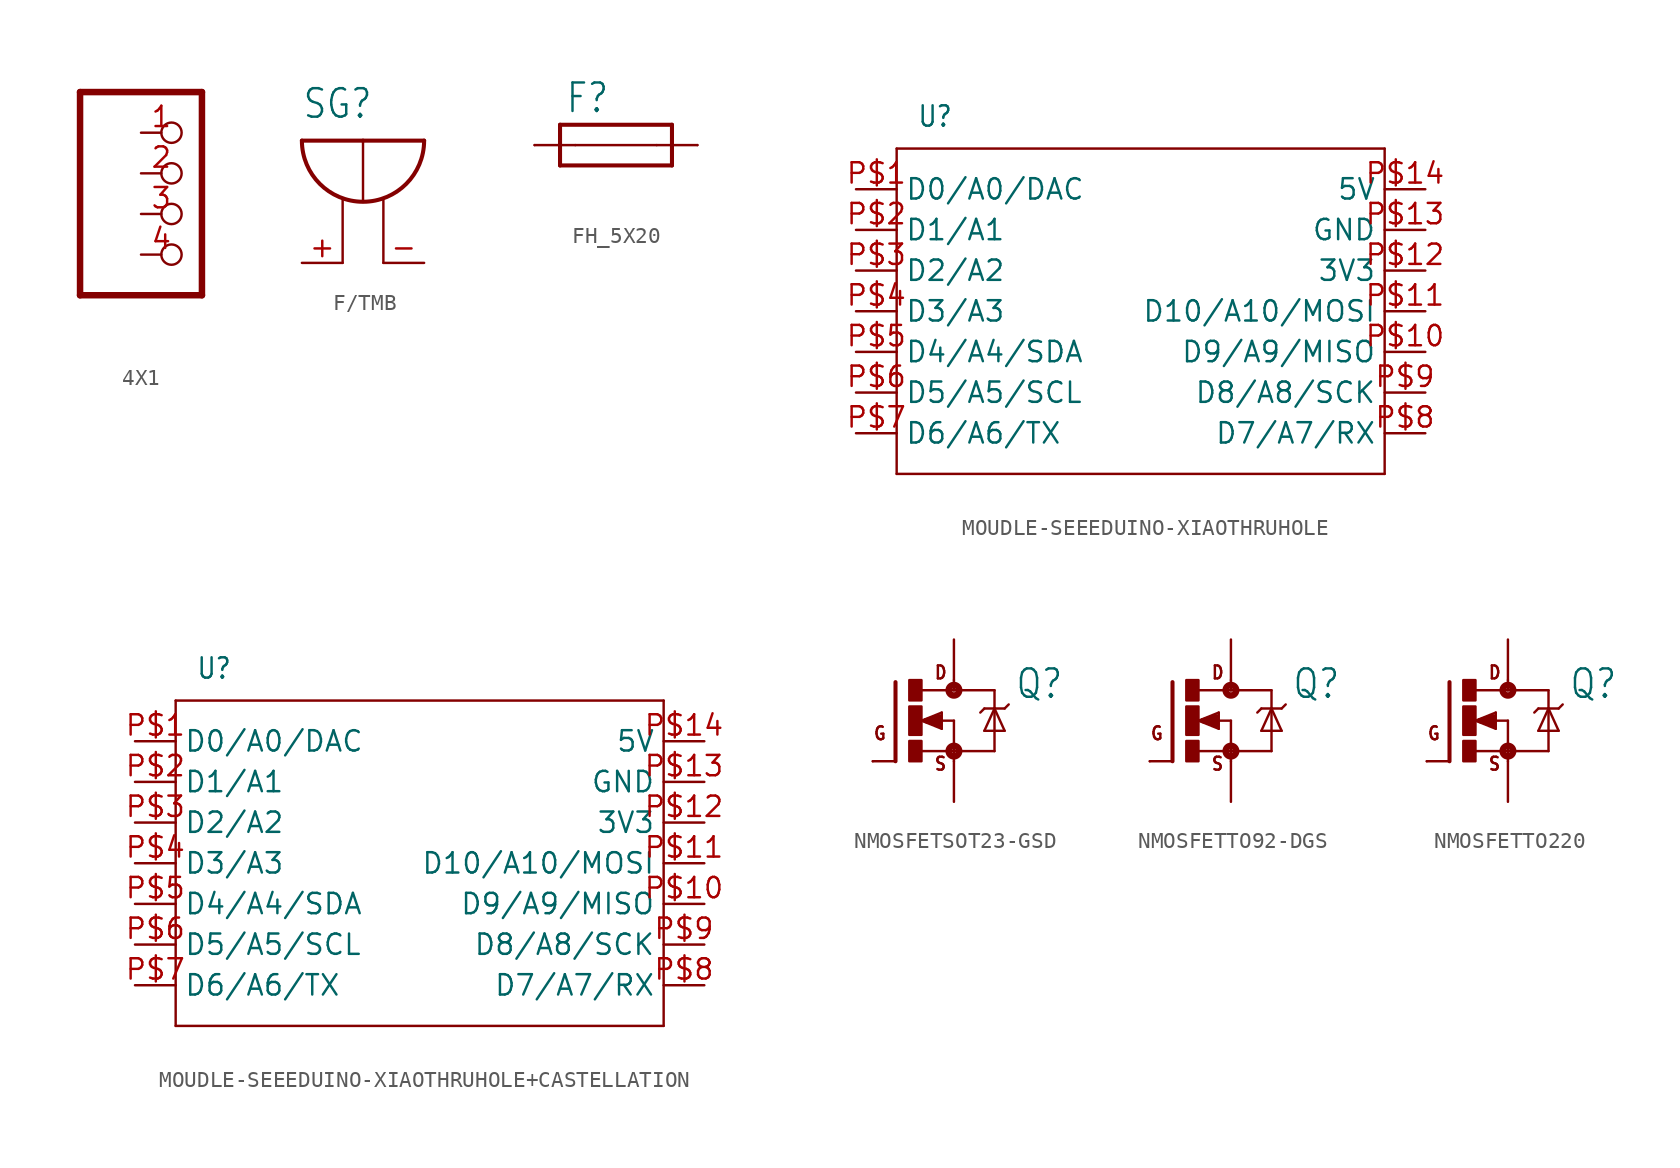
<source format=kicad_sym>
(kicad_symbol_lib
  (version 20220914)
  (generator kicad_symbol_editor)
  (symbol "4X1"
    (property "Reference" ""
      (at -3.81 5.715 0)
      (effects (font (size 1.778 1.511)) (justify left bottom) hide))
    (property "Value" ""
      (at -3.81 -10.16 0)
      (effects (font (size 1.778 1.511)) (justify left bottom)))
    (property "ki_locked" ""
      (at 0 0 0)
      (effects (font (size 1.27 1.27))))
    (symbol "4X1_1_0"
      (polyline (pts (xy -3.81 -7.62) (xy 3.81 -7.62)) (stroke (width 0.406) (type solid)) (fill (type none)))
      (polyline (pts (xy -3.81 5.08) (xy -3.81 -7.62)) (stroke (width 0.406) (type solid)) (fill (type none)))
      (polyline (pts (xy 3.81 -7.62) (xy 3.81 5.08)) (stroke (width 0.406) (type solid)) (fill (type none)))
      (polyline (pts (xy 3.81 5.08) (xy -3.81 5.08)) (stroke (width 0.406) (type solid)) (fill (type none)))
      (pin passive inverted (at 0 2.54 0) (length 2.54) (name "1" (effects (font (size 0 0)))) (number "1" (effects (font (size 1.27 1.27)))))
      (pin passive inverted (at 0 0 0) (length 2.54) (name "2" (effects (font (size 0 0)))) (number "2" (effects (font (size 1.27 1.27)))))
      (pin passive inverted (at 0 -2.54 0) (length 2.54) (name "3" (effects (font (size 0 0)))) (number "3" (effects (font (size 1.27 1.27)))))
      (pin passive inverted (at 0 -5.08 0) (length 2.54) (name "4" (effects (font (size 0 0)))) (number "4" (effects (font (size 1.27 1.27)))))))
  (symbol "F/TMB"
    (property "Reference" "SG"
      (at -2.54 6.35 0)
      (effects (font (size 1.778 1.511)) (justify left bottom)))
    (property "Value" ""
      (at 5.08 0 0)
      (effects (font (size 1.778 1.511)) (justify left bottom)))
    (property "ki_locked" ""
      (at 0 0 0)
      (effects (font (size 1.27 1.27))))
    (symbol "F/TMB_1_0"
      (arc (start -2.54 5.08) (mid 1.27 1.27) (end 5.08 5.08) (stroke (width 0.254) (type solid)) (fill (type none)))
      (polyline (pts (xy -2.54 5.08) (xy 1.27 5.08)) (stroke (width 0.254) (type solid)) (fill (type none)))
      (polyline (pts (xy 0 -2.54) (xy 0 1.397)) (stroke (width 0.152) (type solid)) (fill (type none)))
      (polyline (pts (xy 1.27 1.27) (xy 1.27 5.08)) (stroke (width 0.152) (type solid)) (fill (type none)))
      (polyline (pts (xy 1.27 5.08) (xy 5.08 5.08)) (stroke (width 0.254) (type solid)) (fill (type none)))
      (polyline (pts (xy 2.54 -2.54) (xy 2.54 1.397)) (stroke (width 0.152) (type solid)) (fill (type none)))
      (pin passive line (at -2.54 -2.54 0) (length 2.54) (name "+" (effects (font (size 0 0)))) (number "+" (effects (font (size 1.27 1.27)))))
      (pin passive line (at 5.08 -2.54 180) (length 2.54) (name "-" (effects (font (size 0 0)))) (number "-" (effects (font (size 1.27 1.27)))))))
  (symbol "FH_5X20"
    (property "Reference" "F"
      (at -3.175 1.905 0)
      (effects (font (size 1.778 1.511)) (justify left bottom)))
    (property "Value" ""
      (at -3.175 -3.81 0)
      (effects (font (size 1.778 1.511)) (justify left bottom)))
    (property "ki_locked" ""
      (at 0 0 0)
      (effects (font (size 1.27 1.27))))
    (symbol "FH_5X20_1_0"
      (polyline (pts (xy -3.493 1.27) (xy -3.493 -1.27)) (stroke (width 0.254) (type solid)) (fill (type none)))
      (polyline (pts (xy -2.54 0) (xy 2.54 0)) (stroke (width 0.152) (type solid)) (fill (type none)))
      (polyline (pts (xy 3.493 -1.27) (xy -3.493 -1.27)) (stroke (width 0.254) (type solid)) (fill (type none)))
      (polyline (pts (xy 3.493 1.27) (xy -3.493 1.27)) (stroke (width 0.254) (type solid)) (fill (type none)))
      (polyline (pts (xy 3.493 1.27) (xy 3.493 -1.27)) (stroke (width 0.254) (type solid)) (fill (type none)))
      (pin passive line (at -5.08 0 0) (length 2.54) (name "1A" (effects (font (size 0 0)))) (number "1A" (effects (font (size 0 0)))))
      (pin passive line (at -5.08 0 0) (length 0) (name "1B" (effects (font (size 0 0)))) (number "1B" (effects (font (size 0 0)))))
      (pin passive line (at 5.08 0 180) (length 2.54) (name "2A" (effects (font (size 0 0)))) (number "2A" (effects (font (size 0 0)))))
      (pin passive line (at 5.08 0 180) (length 0) (name "2B" (effects (font (size 0 0)))) (number "2B" (effects (font (size 0 0)))))))
  (symbol "MOUDLE-SEEEDUINO-XIAOTHRUHOLE"
    (property "Reference" "U"
      (at -13.97 11.43 0)
      (effects (font (size 1.27 1.079)) (justify left bottom)))
    (property "Value" ""
      (at -13.97 10.16 0)
      (effects (font (size 1.27 1.079)) (justify left bottom)))
    (property "ki_locked" ""
      (at 0 0 0)
      (effects (font (size 1.27 1.27))))
    (symbol "MOUDLE-SEEEDUINO-XIAOTHRUHOLE_1_0"
      (polyline (pts (xy -15.24 -10.16) (xy -15.24 10.16)) (stroke (width 0.152) (type solid)) (fill (type none)))
      (polyline (pts (xy -15.24 10.16) (xy 15.24 10.16)) (stroke (width 0.152) (type solid)) (fill (type none)))
      (polyline (pts (xy 15.24 -10.16) (xy -15.24 -10.16)) (stroke (width 0.152) (type solid)) (fill (type none)))
      (polyline (pts (xy 15.24 10.16) (xy 15.24 -10.16)) (stroke (width 0.152) (type solid)) (fill (type none)))
      (pin bidirectional line (at -17.78 7.62 0) (length 2.54) (name "D0/A0/DAC" (effects (font (size 1.27 1.27)))) (number "P$1" (effects (font (size 1.27 1.27)))))
      (pin bidirectional line (at 17.78 -2.54 180) (length 2.54) (name "D9/A9/MISO" (effects (font (size 1.27 1.27)))) (number "P$10" (effects (font (size 1.27 1.27)))))
      (pin bidirectional line (at 17.78 0 180) (length 2.54) (name "D10/A10/MOSI" (effects (font (size 1.27 1.27)))) (number "P$11" (effects (font (size 1.27 1.27)))))
      (pin bidirectional line (at 17.78 2.54 180) (length 2.54) (name "3V3" (effects (font (size 1.27 1.27)))) (number "P$12" (effects (font (size 1.27 1.27)))))
      (pin bidirectional line (at 17.78 5.08 180) (length 2.54) (name "GND" (effects (font (size 1.27 1.27)))) (number "P$13" (effects (font (size 1.27 1.27)))))
      (pin bidirectional line (at 17.78 7.62 180) (length 2.54) (name "5V" (effects (font (size 1.27 1.27)))) (number "P$14" (effects (font (size 1.27 1.27)))))
      (pin bidirectional line (at -17.78 5.08 0) (length 2.54) (name "D1/A1" (effects (font (size 1.27 1.27)))) (number "P$2" (effects (font (size 1.27 1.27)))))
      (pin bidirectional line (at -17.78 2.54 0) (length 2.54) (name "D2/A2" (effects (font (size 1.27 1.27)))) (number "P$3" (effects (font (size 1.27 1.27)))))
      (pin bidirectional line (at -17.78 0 0) (length 2.54) (name "D3/A3" (effects (font (size 1.27 1.27)))) (number "P$4" (effects (font (size 1.27 1.27)))))
      (pin bidirectional line (at -17.78 -2.54 0) (length 2.54) (name "D4/A4/SDA" (effects (font (size 1.27 1.27)))) (number "P$5" (effects (font (size 1.27 1.27)))))
      (pin bidirectional line (at -17.78 -5.08 0) (length 2.54) (name "D5/A5/SCL" (effects (font (size 1.27 1.27)))) (number "P$6" (effects (font (size 1.27 1.27)))))
      (pin bidirectional line (at -17.78 -7.62 0) (length 2.54) (name "D6/A6/TX" (effects (font (size 1.27 1.27)))) (number "P$7" (effects (font (size 1.27 1.27)))))
      (pin bidirectional line (at 17.78 -7.62 180) (length 2.54) (name "D7/A7/RX" (effects (font (size 1.27 1.27)))) (number "P$8" (effects (font (size 1.27 1.27)))))
      (pin bidirectional line (at 17.78 -5.08 180) (length 2.54) (name "D8/A8/SCK" (effects (font (size 1.27 1.27)))) (number "P$9" (effects (font (size 1.27 1.27)))))))
  (symbol "MOUDLE-SEEEDUINO-XIAOTHRUHOLE+CASTELLATION"
    (property "Reference" "U"
      (at -13.97 11.43 0)
      (effects (font (size 1.27 1.079)) (justify left bottom)))
    (property "Value" ""
      (at -13.97 10.16 0)
      (effects (font (size 1.27 1.079)) (justify left bottom)))
    (property "ki_locked" ""
      (at 0 0 0)
      (effects (font (size 1.27 1.27))))
    (symbol "MOUDLE-SEEEDUINO-XIAOTHRUHOLE+CASTELLATION_1_0"
      (polyline (pts (xy -15.24 -10.16) (xy -15.24 10.16)) (stroke (width 0.152) (type solid)) (fill (type none)))
      (polyline (pts (xy -15.24 10.16) (xy 15.24 10.16)) (stroke (width 0.152) (type solid)) (fill (type none)))
      (polyline (pts (xy 15.24 -10.16) (xy -15.24 -10.16)) (stroke (width 0.152) (type solid)) (fill (type none)))
      (polyline (pts (xy 15.24 10.16) (xy 15.24 -10.16)) (stroke (width 0.152) (type solid)) (fill (type none)))
      (pin bidirectional line (at -17.78 7.62 0) (length 2.54) (name "D0/A0/DAC" (effects (font (size 1.27 1.27)))) (number "P$1" (effects (font (size 1.27 1.27)))))
      (pin bidirectional line (at 17.78 -2.54 180) (length 2.54) (name "D9/A9/MISO" (effects (font (size 1.27 1.27)))) (number "P$10" (effects (font (size 1.27 1.27)))))
      (pin bidirectional line (at 17.78 0 180) (length 2.54) (name "D10/A10/MOSI" (effects (font (size 1.27 1.27)))) (number "P$11" (effects (font (size 1.27 1.27)))))
      (pin bidirectional line (at 17.78 2.54 180) (length 2.54) (name "3V3" (effects (font (size 1.27 1.27)))) (number "P$12" (effects (font (size 1.27 1.27)))))
      (pin bidirectional line (at 17.78 5.08 180) (length 2.54) (name "GND" (effects (font (size 1.27 1.27)))) (number "P$13" (effects (font (size 1.27 1.27)))))
      (pin bidirectional line (at 17.78 7.62 180) (length 2.54) (name "5V" (effects (font (size 1.27 1.27)))) (number "P$14" (effects (font (size 1.27 1.27)))))
      (pin bidirectional line (at -17.78 5.08 0) (length 2.54) (name "D1/A1" (effects (font (size 1.27 1.27)))) (number "P$2" (effects (font (size 1.27 1.27)))))
      (pin bidirectional line (at -17.78 2.54 0) (length 2.54) (name "D2/A2" (effects (font (size 1.27 1.27)))) (number "P$3" (effects (font (size 1.27 1.27)))))
      (pin bidirectional line (at -17.78 0 0) (length 2.54) (name "D3/A3" (effects (font (size 1.27 1.27)))) (number "P$4" (effects (font (size 1.27 1.27)))))
      (pin bidirectional line (at -17.78 -2.54 0) (length 2.54) (name "D4/A4/SDA" (effects (font (size 1.27 1.27)))) (number "P$5" (effects (font (size 1.27 1.27)))))
      (pin bidirectional line (at -17.78 -5.08 0) (length 2.54) (name "D5/A5/SCL" (effects (font (size 1.27 1.27)))) (number "P$6" (effects (font (size 1.27 1.27)))))
      (pin bidirectional line (at -17.78 -7.62 0) (length 2.54) (name "D6/A6/TX" (effects (font (size 1.27 1.27)))) (number "P$7" (effects (font (size 1.27 1.27)))))
      (pin bidirectional line (at 17.78 -7.62 180) (length 2.54) (name "D7/A7/RX" (effects (font (size 1.27 1.27)))) (number "P$8" (effects (font (size 1.27 1.27)))))
      (pin bidirectional line (at 17.78 -5.08 180) (length 2.54) (name "D8/A8/SCK" (effects (font (size 1.27 1.27)))) (number "P$9" (effects (font (size 1.27 1.27)))))))
  (symbol "NMOSFETSOT23-GSD"
    (property "Reference" "Q"
      (at 6.35 1.27 0)
      (effects (font (size 1.778 1.511)) (justify left bottom)))
    (property "Value" ""
      (at 6.35 -1.27 0)
      (effects (font (size 1.778 1.511)) (justify left bottom)))
    (property "ki_locked" ""
      (at 0 0 0)
      (effects (font (size 1.27 1.27))))
    (symbol "NMOSFETSOT23-GSD_1_0"
      (rectangle (start -0.254 -2.54) (end 0.508 -1.27) (stroke (width 0) (type default)) (fill (type outline)))
      (rectangle (start -0.254 -0.889) (end 0.508 0.889) (stroke (width 0) (type default)) (fill (type outline)))
      (rectangle (start -0.254 1.27) (end 0.508 2.54) (stroke (width 0) (type default)) (fill (type outline)))
      (polyline (pts (xy -1.118 -2.54) (xy -2.54 -2.54)) (stroke (width 0.152) (type solid)) (fill (type none)))
      (polyline (pts (xy -1.118 2.413) (xy -1.118 -2.54)) (stroke (width 0.254) (type solid)) (fill (type none)))
      (polyline (pts (xy 0.508 -1.905) (xy 2.54 -1.905)) (stroke (width 0.152) (type solid)) (fill (type none)))
      (polyline (pts (xy 0.508 0) (xy 1.778 -0.508)) (stroke (width 0.152) (type solid)) (fill (type none)))
      (polyline (pts (xy 0.762 0) (xy 1.651 -0.254)) (stroke (width 0.305) (type solid)) (fill (type none)))
      (polyline (pts (xy 1.651 -0.254) (xy 1.651 0)) (stroke (width 0.305) (type solid)) (fill (type none)))
      (polyline (pts (xy 1.651 0) (xy 1.397 0)) (stroke (width 0.305) (type solid)) (fill (type none)))
      (polyline (pts (xy 1.651 0) (xy 2.54 0)) (stroke (width 0.152) (type solid)) (fill (type none)))
      (polyline (pts (xy 1.651 0.254) (xy 0.762 0)) (stroke (width 0.305) (type solid)) (fill (type none)))
      (polyline (pts (xy 1.778 -0.508) (xy 1.778 0.508)) (stroke (width 0.152) (type solid)) (fill (type none)))
      (polyline (pts (xy 1.778 0.508) (xy 0.508 0)) (stroke (width 0.152) (type solid)) (fill (type none)))
      (polyline (pts (xy 2.54 -1.905) (xy 2.54 -2.54)) (stroke (width 0.152) (type solid)) (fill (type none)))
      (polyline (pts (xy 2.54 0) (xy 2.54 -1.905)) (stroke (width 0.152) (type solid)) (fill (type none)))
      (polyline (pts (xy 2.54 1.905) (xy 0.533 1.905)) (stroke (width 0.152) (type solid)) (fill (type none)))
      (polyline (pts (xy 2.54 1.905) (xy 5.08 1.905)) (stroke (width 0.152) (type solid)) (fill (type none)))
      (polyline (pts (xy 2.54 2.54) (xy 2.54 1.905)) (stroke (width 0.152) (type solid)) (fill (type none)))
      (polyline (pts (xy 4.445 -0.635) (xy 5.715 -0.635)) (stroke (width 0.152) (type solid)) (fill (type none)))
      (polyline (pts (xy 4.445 0.762) (xy 4.191 0.508)) (stroke (width 0.152) (type solid)) (fill (type none)))
      (polyline (pts (xy 4.445 0.762) (xy 5.08 0.762)) (stroke (width 0.152) (type solid)) (fill (type none)))
      (polyline (pts (xy 5.08 -1.905) (xy 2.54 -1.905)) (stroke (width 0.152) (type solid)) (fill (type none)))
      (polyline (pts (xy 5.08 0.762) (xy 4.445 -0.635)) (stroke (width 0.152) (type solid)) (fill (type none)))
      (polyline (pts (xy 5.08 0.762) (xy 5.08 -1.905)) (stroke (width 0.152) (type solid)) (fill (type none)))
      (polyline (pts (xy 5.08 0.762) (xy 5.715 0.762)) (stroke (width 0.152) (type solid)) (fill (type none)))
      (polyline (pts (xy 5.08 1.905) (xy 5.08 0.762)) (stroke (width 0.152) (type solid)) (fill (type none)))
      (polyline (pts (xy 5.715 -0.635) (xy 5.08 0.762)) (stroke (width 0.152) (type solid)) (fill (type none)))
      (polyline (pts (xy 5.715 0.762) (xy 5.969 1.016)) (stroke (width 0.152) (type solid)) (fill (type none)))
      (circle (center 2.54 -1.905) (radius 0.127) (stroke (width 0.406) (type solid)) (fill (type none)))
      (circle (center 2.54 1.905) (radius 0.127) (stroke (width 0.406) (type solid)) (fill (type none)))
      (text "D" (at 1.27 2.54 0) (effects (font (size 0.813 0.691)) (justify left bottom)))
      (text "G" (at -2.54 -1.27 0) (effects (font (size 0.813 0.691)) (justify left bottom)))
      (text "S" (at 1.27 -3.175 0) (effects (font (size 0.813 0.691)) (justify left bottom)))
      (pin passive line (at -2.54 -2.54 0) (length 0) (name "G" (effects (font (size 0 0)))) (number "1" (effects (font (size 0 0)))))
      (pin passive line (at 2.54 -5.08 90) (length 2.54) (name "S" (effects (font (size 0 0)))) (number "2" (effects (font (size 0 0)))))
      (pin passive line (at 2.54 5.08 270) (length 2.54) (name "D" (effects (font (size 0 0)))) (number "3" (effects (font (size 0 0)))))))
  (symbol "NMOSFETTO92-DGS"
    (property "Reference" "Q"
      (at 6.35 1.27 0)
      (effects (font (size 1.778 1.511)) (justify left bottom)))
    (property "Value" ""
      (at 6.35 -1.27 0)
      (effects (font (size 1.778 1.511)) (justify left bottom)))
    (property "ki_locked" ""
      (at 0 0 0)
      (effects (font (size 1.27 1.27))))
    (symbol "NMOSFETTO92-DGS_1_0"
      (rectangle (start -0.254 -2.54) (end 0.508 -1.27) (stroke (width 0) (type default)) (fill (type outline)))
      (rectangle (start -0.254 -0.889) (end 0.508 0.889) (stroke (width 0) (type default)) (fill (type outline)))
      (rectangle (start -0.254 1.27) (end 0.508 2.54) (stroke (width 0) (type default)) (fill (type outline)))
      (polyline (pts (xy -1.118 -2.54) (xy -2.54 -2.54)) (stroke (width 0.152) (type solid)) (fill (type none)))
      (polyline (pts (xy -1.118 2.413) (xy -1.118 -2.54)) (stroke (width 0.254) (type solid)) (fill (type none)))
      (polyline (pts (xy 0.508 -1.905) (xy 2.54 -1.905)) (stroke (width 0.152) (type solid)) (fill (type none)))
      (polyline (pts (xy 0.508 0) (xy 1.778 -0.508)) (stroke (width 0.152) (type solid)) (fill (type none)))
      (polyline (pts (xy 0.762 0) (xy 1.651 -0.254)) (stroke (width 0.305) (type solid)) (fill (type none)))
      (polyline (pts (xy 1.651 -0.254) (xy 1.651 0)) (stroke (width 0.305) (type solid)) (fill (type none)))
      (polyline (pts (xy 1.651 0) (xy 1.397 0)) (stroke (width 0.305) (type solid)) (fill (type none)))
      (polyline (pts (xy 1.651 0) (xy 2.54 0)) (stroke (width 0.152) (type solid)) (fill (type none)))
      (polyline (pts (xy 1.651 0.254) (xy 0.762 0)) (stroke (width 0.305) (type solid)) (fill (type none)))
      (polyline (pts (xy 1.778 -0.508) (xy 1.778 0.508)) (stroke (width 0.152) (type solid)) (fill (type none)))
      (polyline (pts (xy 1.778 0.508) (xy 0.508 0)) (stroke (width 0.152) (type solid)) (fill (type none)))
      (polyline (pts (xy 2.54 -1.905) (xy 2.54 -2.54)) (stroke (width 0.152) (type solid)) (fill (type none)))
      (polyline (pts (xy 2.54 0) (xy 2.54 -1.905)) (stroke (width 0.152) (type solid)) (fill (type none)))
      (polyline (pts (xy 2.54 1.905) (xy 0.533 1.905)) (stroke (width 0.152) (type solid)) (fill (type none)))
      (polyline (pts (xy 2.54 1.905) (xy 5.08 1.905)) (stroke (width 0.152) (type solid)) (fill (type none)))
      (polyline (pts (xy 2.54 2.54) (xy 2.54 1.905)) (stroke (width 0.152) (type solid)) (fill (type none)))
      (polyline (pts (xy 4.445 -0.635) (xy 5.715 -0.635)) (stroke (width 0.152) (type solid)) (fill (type none)))
      (polyline (pts (xy 4.445 0.762) (xy 4.191 0.508)) (stroke (width 0.152) (type solid)) (fill (type none)))
      (polyline (pts (xy 4.445 0.762) (xy 5.08 0.762)) (stroke (width 0.152) (type solid)) (fill (type none)))
      (polyline (pts (xy 5.08 -1.905) (xy 2.54 -1.905)) (stroke (width 0.152) (type solid)) (fill (type none)))
      (polyline (pts (xy 5.08 0.762) (xy 4.445 -0.635)) (stroke (width 0.152) (type solid)) (fill (type none)))
      (polyline (pts (xy 5.08 0.762) (xy 5.08 -1.905)) (stroke (width 0.152) (type solid)) (fill (type none)))
      (polyline (pts (xy 5.08 0.762) (xy 5.715 0.762)) (stroke (width 0.152) (type solid)) (fill (type none)))
      (polyline (pts (xy 5.08 1.905) (xy 5.08 0.762)) (stroke (width 0.152) (type solid)) (fill (type none)))
      (polyline (pts (xy 5.715 -0.635) (xy 5.08 0.762)) (stroke (width 0.152) (type solid)) (fill (type none)))
      (polyline (pts (xy 5.715 0.762) (xy 5.969 1.016)) (stroke (width 0.152) (type solid)) (fill (type none)))
      (circle (center 2.54 -1.905) (radius 0.127) (stroke (width 0.406) (type solid)) (fill (type none)))
      (circle (center 2.54 1.905) (radius 0.127) (stroke (width 0.406) (type solid)) (fill (type none)))
      (text "D" (at 1.27 2.54 0) (effects (font (size 0.813 0.691)) (justify left bottom)))
      (text "G" (at -2.54 -1.27 0) (effects (font (size 0.813 0.691)) (justify left bottom)))
      (text "S" (at 1.27 -3.175 0) (effects (font (size 0.813 0.691)) (justify left bottom)))
      (pin passive line (at 2.54 5.08 270) (length 2.54) (name "D" (effects (font (size 0 0)))) (number "1" (effects (font (size 0 0)))))
      (pin passive line (at -2.54 -2.54 0) (length 0) (name "G" (effects (font (size 0 0)))) (number "2" (effects (font (size 0 0)))))
      (pin passive line (at 2.54 -5.08 90) (length 2.54) (name "S" (effects (font (size 0 0)))) (number "3" (effects (font (size 0 0)))))))
  (symbol "NMOSFETTO220"
    (property "Reference" "Q"
      (at 6.35 1.27 0)
      (effects (font (size 1.778 1.511)) (justify left bottom)))
    (property "Value" ""
      (at 6.35 -1.27 0)
      (effects (font (size 1.778 1.511)) (justify left bottom)))
    (property "ki_locked" ""
      (at 0 0 0)
      (effects (font (size 1.27 1.27))))
    (symbol "NMOSFETTO220_1_0"
      (rectangle (start -0.254 -2.54) (end 0.508 -1.27) (stroke (width 0) (type default)) (fill (type outline)))
      (rectangle (start -0.254 -0.889) (end 0.508 0.889) (stroke (width 0) (type default)) (fill (type outline)))
      (rectangle (start -0.254 1.27) (end 0.508 2.54) (stroke (width 0) (type default)) (fill (type outline)))
      (polyline (pts (xy -1.118 -2.54) (xy -2.54 -2.54)) (stroke (width 0.152) (type solid)) (fill (type none)))
      (polyline (pts (xy -1.118 2.413) (xy -1.118 -2.54)) (stroke (width 0.254) (type solid)) (fill (type none)))
      (polyline (pts (xy 0.508 -1.905) (xy 2.54 -1.905)) (stroke (width 0.152) (type solid)) (fill (type none)))
      (polyline (pts (xy 0.508 0) (xy 1.778 -0.508)) (stroke (width 0.152) (type solid)) (fill (type none)))
      (polyline (pts (xy 0.762 0) (xy 1.651 -0.254)) (stroke (width 0.305) (type solid)) (fill (type none)))
      (polyline (pts (xy 1.651 -0.254) (xy 1.651 0)) (stroke (width 0.305) (type solid)) (fill (type none)))
      (polyline (pts (xy 1.651 0) (xy 1.397 0)) (stroke (width 0.305) (type solid)) (fill (type none)))
      (polyline (pts (xy 1.651 0) (xy 2.54 0)) (stroke (width 0.152) (type solid)) (fill (type none)))
      (polyline (pts (xy 1.651 0.254) (xy 0.762 0)) (stroke (width 0.305) (type solid)) (fill (type none)))
      (polyline (pts (xy 1.778 -0.508) (xy 1.778 0.508)) (stroke (width 0.152) (type solid)) (fill (type none)))
      (polyline (pts (xy 1.778 0.508) (xy 0.508 0)) (stroke (width 0.152) (type solid)) (fill (type none)))
      (polyline (pts (xy 2.54 -1.905) (xy 2.54 -2.54)) (stroke (width 0.152) (type solid)) (fill (type none)))
      (polyline (pts (xy 2.54 0) (xy 2.54 -1.905)) (stroke (width 0.152) (type solid)) (fill (type none)))
      (polyline (pts (xy 2.54 1.905) (xy 0.533 1.905)) (stroke (width 0.152) (type solid)) (fill (type none)))
      (polyline (pts (xy 2.54 1.905) (xy 5.08 1.905)) (stroke (width 0.152) (type solid)) (fill (type none)))
      (polyline (pts (xy 2.54 2.54) (xy 2.54 1.905)) (stroke (width 0.152) (type solid)) (fill (type none)))
      (polyline (pts (xy 4.445 -0.635) (xy 5.715 -0.635)) (stroke (width 0.152) (type solid)) (fill (type none)))
      (polyline (pts (xy 4.445 0.762) (xy 4.191 0.508)) (stroke (width 0.152) (type solid)) (fill (type none)))
      (polyline (pts (xy 4.445 0.762) (xy 5.08 0.762)) (stroke (width 0.152) (type solid)) (fill (type none)))
      (polyline (pts (xy 5.08 -1.905) (xy 2.54 -1.905)) (stroke (width 0.152) (type solid)) (fill (type none)))
      (polyline (pts (xy 5.08 0.762) (xy 4.445 -0.635)) (stroke (width 0.152) (type solid)) (fill (type none)))
      (polyline (pts (xy 5.08 0.762) (xy 5.08 -1.905)) (stroke (width 0.152) (type solid)) (fill (type none)))
      (polyline (pts (xy 5.08 0.762) (xy 5.715 0.762)) (stroke (width 0.152) (type solid)) (fill (type none)))
      (polyline (pts (xy 5.08 1.905) (xy 5.08 0.762)) (stroke (width 0.152) (type solid)) (fill (type none)))
      (polyline (pts (xy 5.715 -0.635) (xy 5.08 0.762)) (stroke (width 0.152) (type solid)) (fill (type none)))
      (polyline (pts (xy 5.715 0.762) (xy 5.969 1.016)) (stroke (width 0.152) (type solid)) (fill (type none)))
      (circle (center 2.54 -1.905) (radius 0.127) (stroke (width 0.406) (type solid)) (fill (type none)))
      (circle (center 2.54 1.905) (radius 0.127) (stroke (width 0.406) (type solid)) (fill (type none)))
      (text "D" (at 1.27 2.54 0) (effects (font (size 0.813 0.691)) (justify left bottom)))
      (text "G" (at -2.54 -1.27 0) (effects (font (size 0.813 0.691)) (justify left bottom)))
      (text "S" (at 1.27 -3.175 0) (effects (font (size 0.813 0.691)) (justify left bottom)))
      (pin passive line (at 2.54 5.08 270) (length 2.54) (name "D" (effects (font (size 0 0)))) (number "D" (effects (font (size 0 0)))))
      (pin passive line (at -2.54 -2.54 0) (length 0) (name "G" (effects (font (size 0 0)))) (number "G" (effects (font (size 0 0)))))
      (pin passive line (at 2.54 -5.08 90) (length 2.54) (name "S" (effects (font (size 0 0)))) (number "S" (effects (font (size 0 0))))))))
</source>
